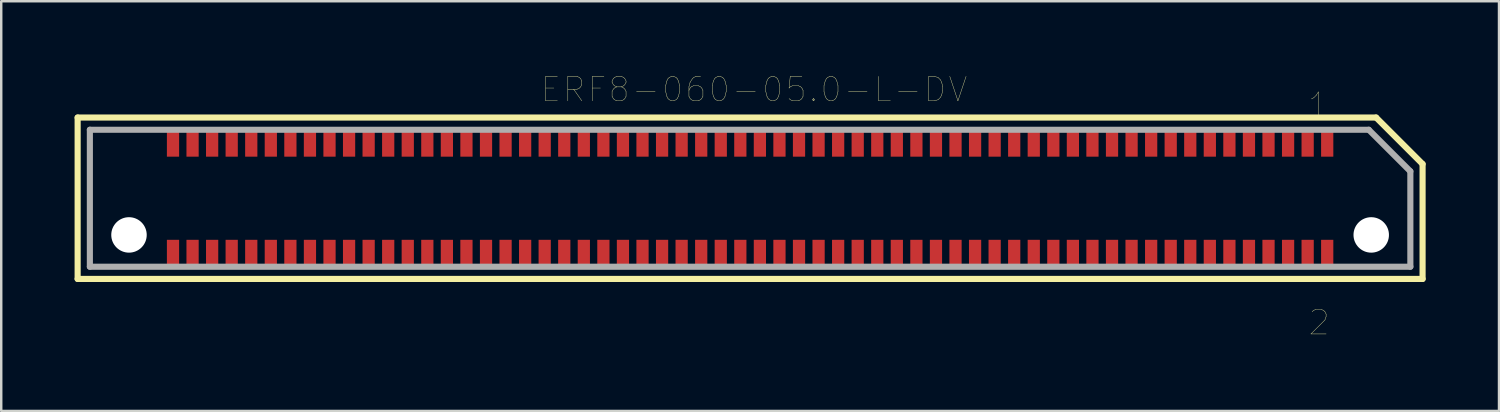
<source format=kicad_pcb>
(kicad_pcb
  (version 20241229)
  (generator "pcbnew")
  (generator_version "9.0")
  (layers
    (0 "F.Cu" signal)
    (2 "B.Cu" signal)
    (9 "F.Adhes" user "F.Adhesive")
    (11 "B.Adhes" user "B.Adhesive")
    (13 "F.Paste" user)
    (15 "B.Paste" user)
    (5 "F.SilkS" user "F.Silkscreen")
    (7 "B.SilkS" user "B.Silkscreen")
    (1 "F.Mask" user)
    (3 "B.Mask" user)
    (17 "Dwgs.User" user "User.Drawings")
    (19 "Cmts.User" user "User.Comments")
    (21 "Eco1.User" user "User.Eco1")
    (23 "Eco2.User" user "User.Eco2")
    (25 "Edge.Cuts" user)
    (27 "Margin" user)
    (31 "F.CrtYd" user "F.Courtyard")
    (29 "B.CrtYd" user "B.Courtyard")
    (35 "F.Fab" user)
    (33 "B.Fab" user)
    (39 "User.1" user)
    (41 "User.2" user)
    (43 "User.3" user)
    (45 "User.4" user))
  (footprint "ERF8-060-05.0-L-DV"
    (layer "F.Cu")
    (at 27.625 5.057)
    (property "Reference" "ERF8-060-05.0-L-DV" (at 0.165 -4.445 0) (layer "F.SilkS") (effects (font (size 1 1) (thickness 0.015))))
    (attr through_hole)
    (fp_line (start -27.5 -3.3) (end 25.6 -3.3) (stroke (width 0.25) (type solid)) (layer "F.SilkS"))
    (fp_line (start -27.5 3.3) (end -27.5 -3.3) (stroke (width 0.25) (type solid)) (layer "F.SilkS"))
    (fp_line (start 25.6 -3.3) (end 27.5 -1.4) (stroke (width 0.25) (type solid)) (layer "F.SilkS"))
    (fp_line (start 27.5 -1.4) (end 27.5 3.3) (stroke (width 0.25) (type solid)) (layer "F.SilkS"))
    (fp_line (start 27.5 3.3) (end -27.5 3.3) (stroke (width 0.25) (type solid)) (layer "F.SilkS"))
    (fp_line (start -27 -2.8) (end 25.3 -2.8) (stroke (width 0.25) (type solid)) (layer "F.Fab"))
    (fp_line (start -27 2.8) (end -27 -2.8) (stroke (width 0.25) (type solid)) (layer "F.Fab"))
    (fp_line (start 25.3 -2.8) (end 27 -1.1) (stroke (width 0.25) (type solid)) (layer "F.Fab"))
    (fp_line (start 27 -1.1) (end 27 2.8) (stroke (width 0.25) (type solid)) (layer "F.Fab"))
    (fp_line (start 27 2.8) (end -27 2.8) (stroke (width 0.25) (type solid)) (layer "F.Fab"))
    (fp_text user "2" (at 23.269 5.086 0) (layer "F.SilkS") (effects (font (size 1.001 1.001) (thickness 0.015))))
    (fp_text user "1" (at 23.241 -3.81 0) (layer "F.SilkS") (effects (font (size 1 1) (thickness 0.015))))
    (pad "" np_thru_hole circle (at -25.4 1.5) (size 1.45 1.45) (drill 1.45) (layers "*.Cu" "*.Mask"))
    (pad "" np_thru_hole circle (at 25.4 1.5) (size 1.45 1.45) (drill 1.45) (layers "*.Cu" "*.Mask"))
    (pad "1" smd rect (at 23.6 -2.25) (size 0.5 1.1) (layers "F.Cu" "F.Mask" "F.Paste"))
    (pad "2" smd rect (at 23.6 2.25) (size 0.5 1.1) (layers "F.Cu" "F.Mask" "F.Paste"))
    (pad "3" smd rect (at 22.8 -2.25) (size 0.5 1.1) (layers "F.Cu" "F.Mask" "F.Paste"))
    (pad "4" smd rect (at 22.8 2.25) (size 0.5 1.1) (layers "F.Cu" "F.Mask" "F.Paste"))
    (pad "5" smd rect (at 22 -2.25) (size 0.5 1.1) (layers "F.Cu" "F.Mask" "F.Paste"))
    (pad "6" smd rect (at 22 2.25) (size 0.5 1.1) (layers "F.Cu" "F.Mask" "F.Paste"))
    (pad "7" smd rect (at 21.2 -2.25) (size 0.5 1.1) (layers "F.Cu" "F.Mask" "F.Paste"))
    (pad "8" smd rect (at 21.2 2.25) (size 0.5 1.1) (layers "F.Cu" "F.Mask" "F.Paste"))
    (pad "9" smd rect (at 20.4 -2.25) (size 0.5 1.1) (layers "F.Cu" "F.Mask" "F.Paste"))
    (pad "10" smd rect (at 20.4 2.25) (size 0.5 1.1) (layers "F.Cu" "F.Mask" "F.Paste"))
    (pad "11" smd rect (at 19.6 -2.25) (size 0.5 1.1) (layers "F.Cu" "F.Mask" "F.Paste"))
    (pad "12" smd rect (at 19.6 2.25) (size 0.5 1.1) (layers "F.Cu" "F.Mask" "F.Paste"))
    (pad "13" smd rect (at 18.8 -2.25) (size 0.5 1.1) (layers "F.Cu" "F.Mask" "F.Paste"))
    (pad "14" smd rect (at 18.8 2.25) (size 0.5 1.1) (layers "F.Cu" "F.Mask" "F.Paste"))
    (pad "15" smd rect (at 18 -2.25) (size 0.5 1.1) (layers "F.Cu" "F.Mask" "F.Paste"))
    (pad "16" smd rect (at 18 2.25) (size 0.5 1.1) (layers "F.Cu" "F.Mask" "F.Paste"))
    (pad "17" smd rect (at 17.2 -2.25) (size 0.5 1.1) (layers "F.Cu" "F.Mask" "F.Paste"))
    (pad "18" smd rect (at 17.2 2.25) (size 0.5 1.1) (layers "F.Cu" "F.Mask" "F.Paste"))
    (pad "19" smd rect (at 16.4 -2.25) (size 0.5 1.1) (layers "F.Cu" "F.Mask" "F.Paste"))
    (pad "20" smd rect (at 16.4 2.25) (size 0.5 1.1) (layers "F.Cu" "F.Mask" "F.Paste"))
    (pad "21" smd rect (at 15.6 -2.25) (size 0.5 1.1) (layers "F.Cu" "F.Mask" "F.Paste"))
    (pad "22" smd rect (at 15.6 2.25) (size 0.5 1.1) (layers "F.Cu" "F.Mask" "F.Paste"))
    (pad "23" smd rect (at 14.8 -2.25) (size 0.5 1.1) (layers "F.Cu" "F.Mask" "F.Paste"))
    (pad "24" smd rect (at 14.8 2.25) (size 0.5 1.1) (layers "F.Cu" "F.Mask" "F.Paste"))
    (pad "25" smd rect (at 14 -2.25) (size 0.5 1.1) (layers "F.Cu" "F.Mask" "F.Paste"))
    (pad "26" smd rect (at 14 2.25) (size 0.5 1.1) (layers "F.Cu" "F.Mask" "F.Paste"))
    (pad "27" smd rect (at 13.2 -2.25) (size 0.5 1.1) (layers "F.Cu" "F.Mask" "F.Paste"))
    (pad "28" smd rect (at 13.2 2.25) (size 0.5 1.1) (layers "F.Cu" "F.Mask" "F.Paste"))
    (pad "29" smd rect (at 12.4 -2.25) (size 0.5 1.1) (layers "F.Cu" "F.Mask" "F.Paste"))
    (pad "30" smd rect (at 12.4 2.25) (size 0.5 1.1) (layers "F.Cu" "F.Mask" "F.Paste"))
    (pad "31" smd rect (at 11.6 -2.25) (size 0.5 1.1) (layers "F.Cu" "F.Mask" "F.Paste"))
    (pad "32" smd rect (at 11.6 2.25) (size 0.5 1.1) (layers "F.Cu" "F.Mask" "F.Paste"))
    (pad "33" smd rect (at 10.8 -2.25) (size 0.5 1.1) (layers "F.Cu" "F.Mask" "F.Paste"))
    (pad "34" smd rect (at 10.8 2.25) (size 0.5 1.1) (layers "F.Cu" "F.Mask" "F.Paste"))
    (pad "35" smd rect (at 10 -2.25) (size 0.5 1.1) (layers "F.Cu" "F.Mask" "F.Paste"))
    (pad "36" smd rect (at 10 2.25) (size 0.5 1.1) (layers "F.Cu" "F.Mask" "F.Paste"))
    (pad "37" smd rect (at 9.2 -2.25) (size 0.5 1.1) (layers "F.Cu" "F.Mask" "F.Paste"))
    (pad "38" smd rect (at 9.2 2.25) (size 0.5 1.1) (layers "F.Cu" "F.Mask" "F.Paste"))
    (pad "39" smd rect (at 8.4 -2.25) (size 0.5 1.1) (layers "F.Cu" "F.Mask" "F.Paste"))
    (pad "40" smd rect (at 8.4 2.25) (size 0.5 1.1) (layers "F.Cu" "F.Mask" "F.Paste"))
    (pad "41" smd rect (at 7.6 -2.25) (size 0.5 1.1) (layers "F.Cu" "F.Mask" "F.Paste"))
    (pad "42" smd rect (at 7.6 2.25) (size 0.5 1.1) (layers "F.Cu" "F.Mask" "F.Paste"))
    (pad "43" smd rect (at 6.8 -2.25) (size 0.5 1.1) (layers "F.Cu" "F.Mask" "F.Paste"))
    (pad "44" smd rect (at 6.8 2.25) (size 0.5 1.1) (layers "F.Cu" "F.Mask" "F.Paste"))
    (pad "45" smd rect (at 6 -2.25) (size 0.5 1.1) (layers "F.Cu" "F.Mask" "F.Paste"))
    (pad "46" smd rect (at 6 2.25) (size 0.5 1.1) (layers "F.Cu" "F.Mask" "F.Paste"))
    (pad "47" smd rect (at 5.2 -2.25) (size 0.5 1.1) (layers "F.Cu" "F.Mask" "F.Paste"))
    (pad "48" smd rect (at 5.2 2.25) (size 0.5 1.1) (layers "F.Cu" "F.Mask" "F.Paste"))
    (pad "49" smd rect (at 4.4 -2.25) (size 0.5 1.1) (layers "F.Cu" "F.Mask" "F.Paste"))
    (pad "50" smd rect (at 4.4 2.25) (size 0.5 1.1) (layers "F.Cu" "F.Mask" "F.Paste"))
    (pad "51" smd rect (at 3.6 -2.25) (size 0.5 1.1) (layers "F.Cu" "F.Mask" "F.Paste"))
    (pad "52" smd rect (at 3.6 2.25) (size 0.5 1.1) (layers "F.Cu" "F.Mask" "F.Paste"))
    (pad "53" smd rect (at 2.8 -2.25) (size 0.5 1.1) (layers "F.Cu" "F.Mask" "F.Paste"))
    (pad "54" smd rect (at 2.8 2.25) (size 0.5 1.1) (layers "F.Cu" "F.Mask" "F.Paste"))
    (pad "55" smd rect (at 2 -2.25) (size 0.5 1.1) (layers "F.Cu" "F.Mask" "F.Paste"))
    (pad "56" smd rect (at 2 2.25) (size 0.5 1.1) (layers "F.Cu" "F.Mask" "F.Paste"))
    (pad "57" smd rect (at 1.2 -2.25) (size 0.5 1.1) (layers "F.Cu" "F.Mask" "F.Paste"))
    (pad "58" smd rect (at 1.2 2.25) (size 0.5 1.1) (layers "F.Cu" "F.Mask" "F.Paste"))
    (pad "59" smd rect (at 0.4 -2.25) (size 0.5 1.1) (layers "F.Cu" "F.Mask" "F.Paste"))
    (pad "60" smd rect (at 0.4 2.25) (size 0.5 1.1) (layers "F.Cu" "F.Mask" "F.Paste"))
    (pad "61" smd rect (at -0.4 -2.25) (size 0.5 1.1) (layers "F.Cu" "F.Mask" "F.Paste"))
    (pad "62" smd rect (at -0.4 2.25) (size 0.5 1.1) (layers "F.Cu" "F.Mask" "F.Paste"))
    (pad "63" smd rect (at -1.2 -2.25) (size 0.5 1.1) (layers "F.Cu" "F.Mask" "F.Paste"))
    (pad "64" smd rect (at -1.2 2.25) (size 0.5 1.1) (layers "F.Cu" "F.Mask" "F.Paste"))
    (pad "65" smd rect (at -2 -2.25) (size 0.5 1.1) (layers "F.Cu" "F.Mask" "F.Paste"))
    (pad "66" smd rect (at -2 2.25) (size 0.5 1.1) (layers "F.Cu" "F.Mask" "F.Paste"))
    (pad "67" smd rect (at -2.8 -2.25) (size 0.5 1.1) (layers "F.Cu" "F.Mask" "F.Paste"))
    (pad "68" smd rect (at -2.8 2.25) (size 0.5 1.1) (layers "F.Cu" "F.Mask" "F.Paste"))
    (pad "69" smd rect (at -3.6 -2.25) (size 0.5 1.1) (layers "F.Cu" "F.Mask" "F.Paste"))
    (pad "70" smd rect (at -3.6 2.25) (size 0.5 1.1) (layers "F.Cu" "F.Mask" "F.Paste"))
    (pad "71" smd rect (at -4.4 -2.25) (size 0.5 1.1) (layers "F.Cu" "F.Mask" "F.Paste"))
    (pad "72" smd rect (at -4.4 2.25) (size 0.5 1.1) (layers "F.Cu" "F.Mask" "F.Paste"))
    (pad "73" smd rect (at -5.2 -2.25) (size 0.5 1.1) (layers "F.Cu" "F.Mask" "F.Paste"))
    (pad "74" smd rect (at -5.2 2.25) (size 0.5 1.1) (layers "F.Cu" "F.Mask" "F.Paste"))
    (pad "75" smd rect (at -6 -2.25) (size 0.5 1.1) (layers "F.Cu" "F.Mask" "F.Paste"))
    (pad "76" smd rect (at -6 2.25) (size 0.5 1.1) (layers "F.Cu" "F.Mask" "F.Paste"))
    (pad "77" smd rect (at -6.8 -2.25) (size 0.5 1.1) (layers "F.Cu" "F.Mask" "F.Paste"))
    (pad "78" smd rect (at -6.8 2.25) (size 0.5 1.1) (layers "F.Cu" "F.Mask" "F.Paste"))
    (pad "79" smd rect (at -7.6 -2.25) (size 0.5 1.1) (layers "F.Cu" "F.Mask" "F.Paste"))
    (pad "80" smd rect (at -7.6 2.25) (size 0.5 1.1) (layers "F.Cu" "F.Mask" "F.Paste"))
    (pad "81" smd rect (at -8.4 -2.25) (size 0.5 1.1) (layers "F.Cu" "F.Mask" "F.Paste"))
    (pad "82" smd rect (at -8.4 2.25) (size 0.5 1.1) (layers "F.Cu" "F.Mask" "F.Paste"))
    (pad "83" smd rect (at -9.2 -2.25) (size 0.5 1.1) (layers "F.Cu" "F.Mask" "F.Paste"))
    (pad "84" smd rect (at -9.2 2.25) (size 0.5 1.1) (layers "F.Cu" "F.Mask" "F.Paste"))
    (pad "85" smd rect (at -10 -2.25) (size 0.5 1.1) (layers "F.Cu" "F.Mask" "F.Paste"))
    (pad "86" smd rect (at -10 2.25) (size 0.5 1.1) (layers "F.Cu" "F.Mask" "F.Paste"))
    (pad "87" smd rect (at -10.8 -2.25) (size 0.5 1.1) (layers "F.Cu" "F.Mask" "F.Paste"))
    (pad "88" smd rect (at -10.8 2.25) (size 0.5 1.1) (layers "F.Cu" "F.Mask" "F.Paste"))
    (pad "89" smd rect (at -11.6 -2.25) (size 0.5 1.1) (layers "F.Cu" "F.Mask" "F.Paste"))
    (pad "90" smd rect (at -11.6 2.25) (size 0.5 1.1) (layers "F.Cu" "F.Mask" "F.Paste"))
    (pad "91" smd rect (at -12.4 -2.25) (size 0.5 1.1) (layers "F.Cu" "F.Mask" "F.Paste"))
    (pad "92" smd rect (at -12.4 2.25) (size 0.5 1.1) (layers "F.Cu" "F.Mask" "F.Paste"))
    (pad "93" smd rect (at -13.2 -2.25) (size 0.5 1.1) (layers "F.Cu" "F.Mask" "F.Paste"))
    (pad "94" smd rect (at -13.2 2.25) (size 0.5 1.1) (layers "F.Cu" "F.Mask" "F.Paste"))
    (pad "95" smd rect (at -14 -2.25) (size 0.5 1.1) (layers "F.Cu" "F.Mask" "F.Paste"))
    (pad "96" smd rect (at -14 2.25) (size 0.5 1.1) (layers "F.Cu" "F.Mask" "F.Paste"))
    (pad "97" smd rect (at -14.8 -2.25) (size 0.5 1.1) (layers "F.Cu" "F.Mask" "F.Paste"))
    (pad "98" smd rect (at -14.8 2.25) (size 0.5 1.1) (layers "F.Cu" "F.Mask" "F.Paste"))
    (pad "99" smd rect (at -15.6 -2.25) (size 0.5 1.1) (layers "F.Cu" "F.Mask" "F.Paste"))
    (pad "100" smd rect (at -15.6 2.25) (size 0.5 1.1) (layers "F.Cu" "F.Mask" "F.Paste"))
    (pad "101" smd rect (at -16.4 -2.25) (size 0.5 1.1) (layers "F.Cu" "F.Mask" "F.Paste"))
    (pad "102" smd rect (at -16.4 2.25) (size 0.5 1.1) (layers "F.Cu" "F.Mask" "F.Paste"))
    (pad "103" smd rect (at -17.2 -2.25) (size 0.5 1.1) (layers "F.Cu" "F.Mask" "F.Paste"))
    (pad "104" smd rect (at -17.2 2.25) (size 0.5 1.1) (layers "F.Cu" "F.Mask" "F.Paste"))
    (pad "105" smd rect (at -18 -2.25) (size 0.5 1.1) (layers "F.Cu" "F.Mask" "F.Paste"))
    (pad "106" smd rect (at -18 2.25) (size 0.5 1.1) (layers "F.Cu" "F.Mask" "F.Paste"))
    (pad "107" smd rect (at -18.8 -2.25) (size 0.5 1.1) (layers "F.Cu" "F.Mask" "F.Paste"))
    (pad "108" smd rect (at -18.8 2.25) (size 0.5 1.1) (layers "F.Cu" "F.Mask" "F.Paste"))
    (pad "109" smd rect (at -19.6 -2.25) (size 0.5 1.1) (layers "F.Cu" "F.Mask" "F.Paste"))
    (pad "110" smd rect (at -19.6 2.25) (size 0.5 1.1) (layers "F.Cu" "F.Mask" "F.Paste"))
    (pad "111" smd rect (at -20.4 -2.25) (size 0.5 1.1) (layers "F.Cu" "F.Mask" "F.Paste"))
    (pad "112" smd rect (at -20.4 2.25) (size 0.5 1.1) (layers "F.Cu" "F.Mask" "F.Paste"))
    (pad "113" smd rect (at -21.2 -2.25) (size 0.5 1.1) (layers "F.Cu" "F.Mask" "F.Paste"))
    (pad "114" smd rect (at -21.2 2.25) (size 0.5 1.1) (layers "F.Cu" "F.Mask" "F.Paste"))
    (pad "115" smd rect (at -22 -2.25) (size 0.5 1.1) (layers "F.Cu" "F.Mask" "F.Paste"))
    (pad "116" smd rect (at -22 2.25) (size 0.5 1.1) (layers "F.Cu" "F.Mask" "F.Paste"))
    (pad "117" smd rect (at -22.8 -2.25) (size 0.5 1.1) (layers "F.Cu" "F.Mask" "F.Paste"))
    (pad "118" smd rect (at -22.8 2.25) (size 0.5 1.1) (layers "F.Cu" "F.Mask" "F.Paste"))
    (pad "119" smd rect (at -23.6 -2.25) (size 0.5 1.1) (layers "F.Cu" "F.Mask" "F.Paste"))
    (pad "120" smd rect (at -23.6 2.25) (size 0.5 1.1) (layers "F.Cu" "F.Mask" "F.Paste")))
  (gr_rect
    (start -3 -3)
    (end 58.25 13.755)
    (stroke (width 0.1) (type default))
    (fill no)
    (layer "Edge.Cuts")))
</source>
